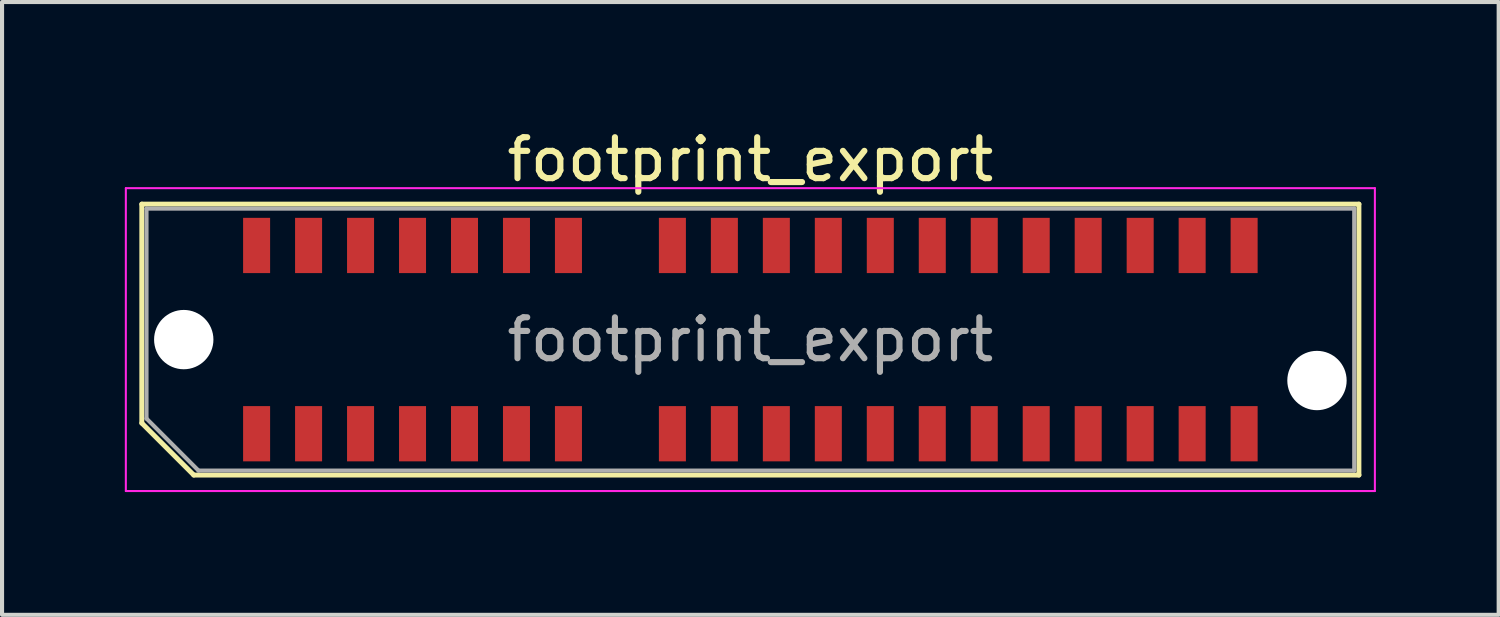
<source format=kicad_pcb>
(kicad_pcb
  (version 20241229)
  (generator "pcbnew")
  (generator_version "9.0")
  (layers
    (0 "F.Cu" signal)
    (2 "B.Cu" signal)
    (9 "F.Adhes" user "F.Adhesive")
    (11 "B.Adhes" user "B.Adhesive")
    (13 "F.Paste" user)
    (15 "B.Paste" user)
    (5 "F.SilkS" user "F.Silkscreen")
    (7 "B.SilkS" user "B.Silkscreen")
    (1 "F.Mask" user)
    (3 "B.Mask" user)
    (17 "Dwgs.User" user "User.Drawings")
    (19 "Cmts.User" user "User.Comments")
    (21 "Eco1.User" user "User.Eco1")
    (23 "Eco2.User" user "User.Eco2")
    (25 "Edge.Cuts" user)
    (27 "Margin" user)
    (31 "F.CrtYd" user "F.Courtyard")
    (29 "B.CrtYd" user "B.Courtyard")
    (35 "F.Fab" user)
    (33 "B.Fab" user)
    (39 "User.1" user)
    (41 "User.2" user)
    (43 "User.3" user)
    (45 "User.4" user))
  (footprint "footprint_export"
    (layer "F.Cu")
    (at 15.285 5.248)
    (property "Reference" "footprint_export" (at 0 -4.4 0) (layer "F.SilkS") (effects (font (size 1 1) (thickness 0.15))))
    (attr smd)
    (fp_line (start -14.87 -3.31) (end 14.87 -3.31) (stroke (width 0.12) (type solid)) (layer "F.SilkS"))
    (fp_line (start -14.87 2.04) (end -14.87 -3.31) (stroke (width 0.12) (type solid)) (layer "F.SilkS"))
    (fp_line (start -13.6 3.31) (end -14.87 2.04) (stroke (width 0.12) (type solid)) (layer "F.SilkS"))
    (fp_line (start -13.6 3.31) (end 14.87 3.31) (stroke (width 0.12) (type solid)) (layer "F.SilkS"))
    (fp_line (start 14.87 3.31) (end 14.87 -3.31) (stroke (width 0.12) (type solid)) (layer "F.SilkS"))
    (fp_line (start -15.26 -3.7) (end -15.26 3.7) (stroke (width 0.05) (type solid)) (layer "F.CrtYd"))
    (fp_line (start -15.26 3.7) (end 15.26 3.7) (stroke (width 0.05) (type solid)) (layer "F.CrtYd"))
    (fp_line (start 15.26 -3.7) (end -15.26 -3.7) (stroke (width 0.05) (type solid)) (layer "F.CrtYd"))
    (fp_line (start 15.26 3.7) (end 15.26 -3.7) (stroke (width 0.05) (type solid)) (layer "F.CrtYd"))
    (fp_line (start -14.755 -3.2) (end 14.755 -3.2) (stroke (width 0.1) (type solid)) (layer "F.Fab"))
    (fp_line (start -14.755 1.93) (end -14.755 -3.2) (stroke (width 0.1) (type solid)) (layer "F.Fab"))
    (fp_line (start -14.755 1.93) (end -13.485 3.2) (stroke (width 0.1) (type solid)) (layer "F.Fab"))
    (fp_line (start -13.485 3.2) (end 14.755 3.2) (stroke (width 0.1) (type solid)) (layer "F.Fab"))
    (fp_line (start 14.755 3.2) (end 14.755 -3.2) (stroke (width 0.1) (type solid)) (layer "F.Fab"))
    (fp_text user "${REFERENCE}" (at 0 0 0) (layer "F.Fab") (effects (font (size 1 1) (thickness 0.15))))
    (pad "" np_thru_hole circle (at -13.845 0) (size 1.45 1.45) (drill 1.45) (layers "*.Cu" "*.Mask"))
    (pad "" np_thru_hole circle (at 13.845 1) (size 1.45 1.45) (drill 1.45) (layers "*.Cu" "*.Mask"))
    (pad "1" smd rect (at -12.065 2.3) (size 0.66 1.35) (layers "F.Cu" "F.Mask" "F.Paste"))
    (pad "2" smd rect (at -12.065 -2.3) (size 0.66 1.35) (layers "F.Cu" "F.Mask" "F.Paste"))
    (pad "3" smd rect (at -10.795 2.3) (size 0.66 1.35) (layers "F.Cu" "F.Mask" "F.Paste"))
    (pad "4" smd rect (at -10.795 -2.3) (size 0.66 1.35) (layers "F.Cu" "F.Mask" "F.Paste"))
    (pad "5" smd rect (at -9.525 2.3) (size 0.66 1.35) (layers "F.Cu" "F.Mask" "F.Paste"))
    (pad "6" smd rect (at -9.525 -2.3) (size 0.66 1.35) (layers "F.Cu" "F.Mask" "F.Paste"))
    (pad "7" smd rect (at -8.255 2.3) (size 0.66 1.35) (layers "F.Cu" "F.Mask" "F.Paste"))
    (pad "8" smd rect (at -8.255 -2.3) (size 0.66 1.35) (layers "F.Cu" "F.Mask" "F.Paste"))
    (pad "9" smd rect (at -6.985 2.3) (size 0.66 1.35) (layers "F.Cu" "F.Mask" "F.Paste"))
    (pad "10" smd rect (at -6.985 -2.3) (size 0.66 1.35) (layers "F.Cu" "F.Mask" "F.Paste"))
    (pad "11" smd rect (at -5.715 2.3) (size 0.66 1.35) (layers "F.Cu" "F.Mask" "F.Paste"))
    (pad "12" smd rect (at -5.715 -2.3) (size 0.66 1.35) (layers "F.Cu" "F.Mask" "F.Paste"))
    (pad "13" smd rect (at -4.445 2.3) (size 0.66 1.35) (layers "F.Cu" "F.Mask" "F.Paste"))
    (pad "14" smd rect (at -4.445 -2.3) (size 0.66 1.35) (layers "F.Cu" "F.Mask" "F.Paste"))
    (pad "17" smd rect (at -1.905 2.3) (size 0.66 1.35) (layers "F.Cu" "F.Mask" "F.Paste"))
    (pad "18" smd rect (at -1.905 -2.3) (size 0.66 1.35) (layers "F.Cu" "F.Mask" "F.Paste"))
    (pad "19" smd rect (at -0.635 2.3) (size 0.66 1.35) (layers "F.Cu" "F.Mask" "F.Paste"))
    (pad "20" smd rect (at -0.635 -2.3) (size 0.66 1.35) (layers "F.Cu" "F.Mask" "F.Paste"))
    (pad "21" smd rect (at 0.635 2.3) (size 0.66 1.35) (layers "F.Cu" "F.Mask" "F.Paste"))
    (pad "22" smd rect (at 0.635 -2.3) (size 0.66 1.35) (layers "F.Cu" "F.Mask" "F.Paste"))
    (pad "23" smd rect (at 1.905 2.3) (size 0.66 1.35) (layers "F.Cu" "F.Mask" "F.Paste"))
    (pad "24" smd rect (at 1.905 -2.3) (size 0.66 1.35) (layers "F.Cu" "F.Mask" "F.Paste"))
    (pad "25" smd rect (at 3.175 2.3) (size 0.66 1.35) (layers "F.Cu" "F.Mask" "F.Paste"))
    (pad "26" smd rect (at 3.175 -2.3) (size 0.66 1.35) (layers "F.Cu" "F.Mask" "F.Paste"))
    (pad "27" smd rect (at 4.445 2.3) (size 0.66 1.35) (layers "F.Cu" "F.Mask" "F.Paste"))
    (pad "28" smd rect (at 4.445 -2.3) (size 0.66 1.35) (layers "F.Cu" "F.Mask" "F.Paste"))
    (pad "29" smd rect (at 5.715 2.3) (size 0.66 1.35) (layers "F.Cu" "F.Mask" "F.Paste"))
    (pad "30" smd rect (at 5.715 -2.3) (size 0.66 1.35) (layers "F.Cu" "F.Mask" "F.Paste"))
    (pad "31" smd rect (at 6.985 2.3) (size 0.66 1.35) (layers "F.Cu" "F.Mask" "F.Paste"))
    (pad "32" smd rect (at 6.985 -2.3) (size 0.66 1.35) (layers "F.Cu" "F.Mask" "F.Paste"))
    (pad "33" smd rect (at 8.255 2.3) (size 0.66 1.35) (layers "F.Cu" "F.Mask" "F.Paste"))
    (pad "34" smd rect (at 8.255 -2.3) (size 0.66 1.35) (layers "F.Cu" "F.Mask" "F.Paste"))
    (pad "35" smd rect (at 9.525 2.3) (size 0.66 1.35) (layers "F.Cu" "F.Mask" "F.Paste"))
    (pad "36" smd rect (at 9.525 -2.3) (size 0.66 1.35) (layers "F.Cu" "F.Mask" "F.Paste"))
    (pad "37" smd rect (at 10.795 2.3) (size 0.66 1.35) (layers "F.Cu" "F.Mask" "F.Paste"))
    (pad "38" smd rect (at 10.795 -2.3) (size 0.66 1.35) (layers "F.Cu" "F.Mask" "F.Paste"))
    (pad "39" smd rect (at 12.065 2.3) (size 0.66 1.35) (layers "F.Cu" "F.Mask" "F.Paste"))
    (pad "40" smd rect (at 12.065 -2.3) (size 0.66 1.35) (layers "F.Cu" "F.Mask" "F.Paste")))
  (gr_rect
    (start -3 -3)
    (end 33.57 11.973)
    (stroke (width 0.1) (type default))
    (fill no)
    (layer "Edge.Cuts")))
</source>
